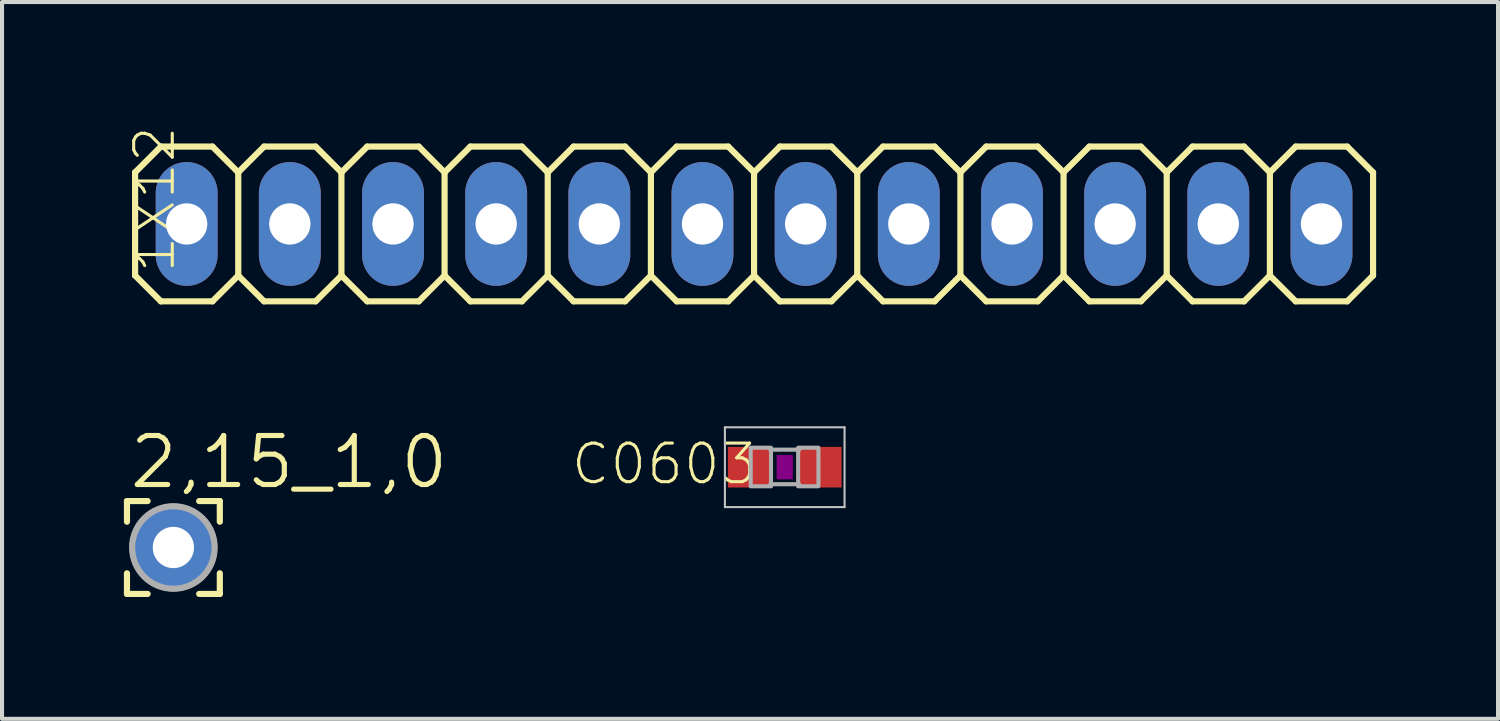
<source format=kicad_pcb>
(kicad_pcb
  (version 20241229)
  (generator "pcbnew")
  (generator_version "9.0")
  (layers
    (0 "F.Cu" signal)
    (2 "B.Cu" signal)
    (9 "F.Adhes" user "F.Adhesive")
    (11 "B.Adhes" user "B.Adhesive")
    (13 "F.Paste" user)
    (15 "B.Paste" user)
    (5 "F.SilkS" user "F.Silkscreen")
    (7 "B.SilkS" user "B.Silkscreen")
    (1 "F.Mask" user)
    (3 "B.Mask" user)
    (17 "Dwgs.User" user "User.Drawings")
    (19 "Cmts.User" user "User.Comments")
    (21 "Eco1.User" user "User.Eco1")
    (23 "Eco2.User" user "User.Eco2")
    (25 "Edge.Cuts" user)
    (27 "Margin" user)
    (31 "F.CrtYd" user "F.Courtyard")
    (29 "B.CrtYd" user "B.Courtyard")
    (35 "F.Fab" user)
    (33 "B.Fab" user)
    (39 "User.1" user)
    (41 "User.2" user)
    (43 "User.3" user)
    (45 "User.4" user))
  (footprint "C0603"
    (layer "F.Cu")
    (at 16.271 8.453)
    (property "Reference" "C0603" (at -0.635 -0.635 180) (layer "F.SilkS") (effects (font (size 0.95 0.95) (thickness 0.076)) (justify right top)))
    (attr through_hole)
    (fp_poly (pts (xy -0.2 0.3) (xy 0.2 0.3) (xy 0.2 -0.3) (xy -0.2 -0.3)) (stroke (width 0) (type solid)) (fill yes) (layer "F.Adhes"))
    (fp_line (start -1.473 -0.983) (end 1.473 -0.983) (stroke (width 0.051) (type solid)) (layer "Dwgs.User"))
    (fp_line (start -1.473 0.983) (end -1.473 -0.983) (stroke (width 0.051) (type solid)) (layer "Dwgs.User"))
    (fp_line (start 1.473 -0.983) (end 1.473 0.983) (stroke (width 0.051) (type solid)) (layer "Dwgs.User"))
    (fp_line (start 1.473 0.983) (end -1.473 0.983) (stroke (width 0.051) (type solid)) (layer "Dwgs.User"))
    (fp_line (start -0.356 -0.432) (end 0.356 -0.432) (stroke (width 0.102) (type solid)) (layer "F.Fab"))
    (fp_line (start -0.356 0.419) (end 0.356 0.419) (stroke (width 0.102) (type solid)) (layer "F.Fab"))
    (fp_poly (pts (xy -0.838 0.47) (xy -0.338 0.47) (xy -0.338 -0.48) (xy -0.838 -0.48)) (stroke (width 0.1) (type solid)) (fill no) (layer "F.Fab"))
    (fp_poly (pts (xy 0.33 0.47) (xy 0.83 0.47) (xy 0.83 -0.48) (xy 0.33 -0.48)) (stroke (width 0.1) (type solid)) (fill no) (layer "F.Fab"))
    (pad "1" smd rect (at -0.85 0) (size 1.1 1) (layers "F.Cu" "F.Mask" "F.Paste"))
    (pad "2" smd rect (at 0.85 0) (size 1.1 1) (layers "F.Cu" "F.Mask" "F.Paste")))
  (footprint "2,15_1,0"
    (layer "F.Cu")
    (at 1.219 10.43)
    (property "Reference" "2,15_1,0" (at -1.143 -1.397 0) (layer "F.SilkS") (effects (font (size 1.206 1.206) (thickness 0.127)) (justify left bottom)))
    (attr through_hole)
    (fp_line (start -1.143 -1.143) (end -1.143 -0.635) (stroke (width 0.152) (type solid)) (layer "F.SilkS"))
    (fp_line (start -1.143 0.635) (end -1.143 1.143) (stroke (width 0.152) (type solid)) (layer "F.SilkS"))
    (fp_line (start -1.143 1.143) (end -0.635 1.143) (stroke (width 0.152) (type solid)) (layer "F.SilkS"))
    (fp_line (start -0.635 -1.143) (end -1.143 -1.143) (stroke (width 0.152) (type solid)) (layer "F.SilkS"))
    (fp_line (start 1.143 -1.143) (end 0.635 -1.143) (stroke (width 0.152) (type solid)) (layer "F.SilkS"))
    (fp_line (start 1.143 -0.635) (end 1.143 -1.143) (stroke (width 0.152) (type solid)) (layer "F.SilkS"))
    (fp_line (start 1.143 1.143) (end 0.635 1.143) (stroke (width 0.152) (type solid)) (layer "F.SilkS"))
    (fp_line (start 1.143 1.143) (end 1.143 0.635) (stroke (width 0.152) (type solid)) (layer "F.SilkS"))
    (fp_circle (center 0 0) (end 1.016 0) (stroke (width 0.152) (type solid)) (fill no) (layer "F.Fab"))
    (pad "1" thru_hole circle (at 0 0) (size 2.159 2.159) (drill 1.016) (layers "*.Cu" "*.Mask")))
  (footprint "1X12"
    (layer "F.Cu")
    (at 15.516 2.464)
    (property "Reference" "1X12" (at -15.316 -2.464 90) (layer "F.SilkS") (effects (font (size 0.95 0.95) (thickness 0.076)) (justify right top)))
    (attr through_hole)
    (fp_line (start -15.24 -1.27) (end -15.24 1.27) (stroke (width 0.152) (type solid)) (layer "F.SilkS"))
    (fp_line (start -15.24 1.27) (end -14.605 1.905) (stroke (width 0.152) (type solid)) (layer "F.SilkS"))
    (fp_line (start -14.605 -1.905) (end -15.24 -1.27) (stroke (width 0.152) (type solid)) (layer "F.SilkS"))
    (fp_line (start -14.605 -1.905) (end -13.335 -1.905) (stroke (width 0.152) (type solid)) (layer "F.SilkS"))
    (fp_line (start -13.335 -1.905) (end -12.7 -1.27) (stroke (width 0.152) (type solid)) (layer "F.SilkS"))
    (fp_line (start -13.335 1.905) (end -14.605 1.905) (stroke (width 0.152) (type solid)) (layer "F.SilkS"))
    (fp_line (start -12.7 -1.27) (end -12.7 1.27) (stroke (width 0.152) (type solid)) (layer "F.SilkS"))
    (fp_line (start -12.7 -1.27) (end -12.065 -1.905) (stroke (width 0.152) (type solid)) (layer "F.SilkS"))
    (fp_line (start -12.7 1.27) (end -13.335 1.905) (stroke (width 0.152) (type solid)) (layer "F.SilkS"))
    (fp_line (start -12.065 -1.905) (end -10.795 -1.905) (stroke (width 0.152) (type solid)) (layer "F.SilkS"))
    (fp_line (start -12.065 1.905) (end -12.7 1.27) (stroke (width 0.152) (type solid)) (layer "F.SilkS"))
    (fp_line (start -10.795 -1.905) (end -10.16 -1.27) (stroke (width 0.152) (type solid)) (layer "F.SilkS"))
    (fp_line (start -10.795 1.905) (end -12.065 1.905) (stroke (width 0.152) (type solid)) (layer "F.SilkS"))
    (fp_line (start -10.16 -1.27) (end -10.16 1.27) (stroke (width 0.152) (type solid)) (layer "F.SilkS"))
    (fp_line (start -10.16 -1.27) (end -9.525 -1.905) (stroke (width 0.152) (type solid)) (layer "F.SilkS"))
    (fp_line (start -10.16 1.27) (end -10.795 1.905) (stroke (width 0.152) (type solid)) (layer "F.SilkS"))
    (fp_line (start -9.525 -1.905) (end -8.255 -1.905) (stroke (width 0.152) (type solid)) (layer "F.SilkS"))
    (fp_line (start -9.525 1.905) (end -10.16 1.27) (stroke (width 0.152) (type solid)) (layer "F.SilkS"))
    (fp_line (start -8.255 -1.905) (end -7.62 -1.27) (stroke (width 0.152) (type solid)) (layer "F.SilkS"))
    (fp_line (start -8.255 1.905) (end -9.525 1.905) (stroke (width 0.152) (type solid)) (layer "F.SilkS"))
    (fp_line (start -7.62 -1.27) (end -7.62 1.27) (stroke (width 0.152) (type solid)) (layer "F.SilkS"))
    (fp_line (start -7.62 1.27) (end -8.255 1.905) (stroke (width 0.152) (type solid)) (layer "F.SilkS"))
    (fp_line (start -7.62 1.27) (end -6.985 1.905) (stroke (width 0.152) (type solid)) (layer "F.SilkS"))
    (fp_line (start -6.985 -1.905) (end -7.62 -1.27) (stroke (width 0.152) (type solid)) (layer "F.SilkS"))
    (fp_line (start -6.985 -1.905) (end -5.715 -1.905) (stroke (width 0.152) (type solid)) (layer "F.SilkS"))
    (fp_line (start -5.715 -1.905) (end -5.08 -1.27) (stroke (width 0.152) (type solid)) (layer "F.SilkS"))
    (fp_line (start -5.715 1.905) (end -6.985 1.905) (stroke (width 0.152) (type solid)) (layer "F.SilkS"))
    (fp_line (start -5.08 -1.27) (end -5.08 1.27) (stroke (width 0.152) (type solid)) (layer "F.SilkS"))
    (fp_line (start -5.08 -1.27) (end -4.445 -1.905) (stroke (width 0.152) (type solid)) (layer "F.SilkS"))
    (fp_line (start -5.08 1.27) (end -5.715 1.905) (stroke (width 0.152) (type solid)) (layer "F.SilkS"))
    (fp_line (start -4.445 -1.905) (end -3.175 -1.905) (stroke (width 0.152) (type solid)) (layer "F.SilkS"))
    (fp_line (start -4.445 1.905) (end -5.08 1.27) (stroke (width 0.152) (type solid)) (layer "F.SilkS"))
    (fp_line (start -3.175 -1.905) (end -2.54 -1.27) (stroke (width 0.152) (type solid)) (layer "F.SilkS"))
    (fp_line (start -3.175 1.905) (end -4.445 1.905) (stroke (width 0.152) (type solid)) (layer "F.SilkS"))
    (fp_line (start -2.54 -1.27) (end -2.54 1.27) (stroke (width 0.152) (type solid)) (layer "F.SilkS"))
    (fp_line (start -2.54 -1.27) (end -1.905 -1.905) (stroke (width 0.152) (type solid)) (layer "F.SilkS"))
    (fp_line (start -2.54 1.27) (end -3.175 1.905) (stroke (width 0.152) (type solid)) (layer "F.SilkS"))
    (fp_line (start -1.905 -1.905) (end -0.635 -1.905) (stroke (width 0.152) (type solid)) (layer "F.SilkS"))
    (fp_line (start -1.905 1.905) (end -2.54 1.27) (stroke (width 0.152) (type solid)) (layer "F.SilkS"))
    (fp_line (start -0.635 -1.905) (end 0 -1.27) (stroke (width 0.152) (type solid)) (layer "F.SilkS"))
    (fp_line (start -0.635 1.905) (end -1.905 1.905) (stroke (width 0.152) (type solid)) (layer "F.SilkS"))
    (fp_line (start 0 -1.27) (end 0 1.27) (stroke (width 0.152) (type solid)) (layer "F.SilkS"))
    (fp_line (start 0 1.27) (end -0.635 1.905) (stroke (width 0.152) (type solid)) (layer "F.SilkS"))
    (fp_line (start 0 1.27) (end 0.635 1.905) (stroke (width 0.152) (type solid)) (layer "F.SilkS"))
    (fp_line (start 0.635 -1.905) (end 0 -1.27) (stroke (width 0.152) (type solid)) (layer "F.SilkS"))
    (fp_line (start 0.635 -1.905) (end 1.905 -1.905) (stroke (width 0.152) (type solid)) (layer "F.SilkS"))
    (fp_line (start 1.905 -1.905) (end 2.54 -1.27) (stroke (width 0.152) (type solid)) (layer "F.SilkS"))
    (fp_line (start 1.905 1.905) (end 0.635 1.905) (stroke (width 0.152) (type solid)) (layer "F.SilkS"))
    (fp_line (start 2.54 -1.27) (end 2.54 1.27) (stroke (width 0.152) (type solid)) (layer "F.SilkS"))
    (fp_line (start 2.54 -1.27) (end 3.175 -1.905) (stroke (width 0.152) (type solid)) (layer "F.SilkS"))
    (fp_line (start 2.54 1.27) (end 1.905 1.905) (stroke (width 0.152) (type solid)) (layer "F.SilkS"))
    (fp_line (start 3.175 -1.905) (end 4.445 -1.905) (stroke (width 0.152) (type solid)) (layer "F.SilkS"))
    (fp_line (start 3.175 1.905) (end 2.54 1.27) (stroke (width 0.152) (type solid)) (layer "F.SilkS"))
    (fp_line (start 4.445 -1.905) (end 5.08 -1.27) (stroke (width 0.152) (type solid)) (layer "F.SilkS"))
    (fp_line (start 4.445 1.905) (end 3.175 1.905) (stroke (width 0.152) (type solid)) (layer "F.SilkS"))
    (fp_line (start 5.08 -1.27) (end 5.08 1.27) (stroke (width 0.152) (type solid)) (layer "F.SilkS"))
    (fp_line (start 5.08 -1.27) (end 5.715 -1.905) (stroke (width 0.152) (type solid)) (layer "F.SilkS"))
    (fp_line (start 5.08 1.27) (end 4.445 1.905) (stroke (width 0.152) (type solid)) (layer "F.SilkS"))
    (fp_line (start 5.715 -1.905) (end 6.985 -1.905) (stroke (width 0.152) (type solid)) (layer "F.SilkS"))
    (fp_line (start 5.715 1.905) (end 5.08 1.27) (stroke (width 0.152) (type solid)) (layer "F.SilkS"))
    (fp_line (start 6.985 -1.905) (end 7.62 -1.27) (stroke (width 0.152) (type solid)) (layer "F.SilkS"))
    (fp_line (start 6.985 1.905) (end 5.715 1.905) (stroke (width 0.152) (type solid)) (layer "F.SilkS"))
    (fp_line (start 7.62 -1.27) (end 7.62 1.27) (stroke (width 0.152) (type solid)) (layer "F.SilkS"))
    (fp_line (start 7.62 1.27) (end 6.985 1.905) (stroke (width 0.152) (type solid)) (layer "F.SilkS"))
    (fp_line (start 7.62 1.27) (end 8.255 1.905) (stroke (width 0.152) (type solid)) (layer "F.SilkS"))
    (fp_line (start 8.255 -1.905) (end 7.62 -1.27) (stroke (width 0.152) (type solid)) (layer "F.SilkS"))
    (fp_line (start 8.255 -1.905) (end 9.525 -1.905) (stroke (width 0.152) (type solid)) (layer "F.SilkS"))
    (fp_line (start 9.525 -1.905) (end 10.16 -1.27) (stroke (width 0.152) (type solid)) (layer "F.SilkS"))
    (fp_line (start 9.525 1.905) (end 8.255 1.905) (stroke (width 0.152) (type solid)) (layer "F.SilkS"))
    (fp_line (start 10.16 -1.27) (end 10.16 1.27) (stroke (width 0.152) (type solid)) (layer "F.SilkS"))
    (fp_line (start 10.16 -1.27) (end 10.795 -1.905) (stroke (width 0.152) (type solid)) (layer "F.SilkS"))
    (fp_line (start 10.16 1.27) (end 9.525 1.905) (stroke (width 0.152) (type solid)) (layer "F.SilkS"))
    (fp_line (start 10.795 -1.905) (end 12.065 -1.905) (stroke (width 0.152) (type solid)) (layer "F.SilkS"))
    (fp_line (start 10.795 1.905) (end 10.16 1.27) (stroke (width 0.152) (type solid)) (layer "F.SilkS"))
    (fp_line (start 12.065 -1.905) (end 12.7 -1.27) (stroke (width 0.152) (type solid)) (layer "F.SilkS"))
    (fp_line (start 12.065 1.905) (end 10.795 1.905) (stroke (width 0.152) (type solid)) (layer "F.SilkS"))
    (fp_line (start 12.7 -1.27) (end 12.7 1.27) (stroke (width 0.152) (type solid)) (layer "F.SilkS"))
    (fp_line (start 12.7 -1.27) (end 13.335 -1.905) (stroke (width 0.152) (type solid)) (layer "F.SilkS"))
    (fp_line (start 12.7 1.27) (end 12.065 1.905) (stroke (width 0.152) (type solid)) (layer "F.SilkS"))
    (fp_line (start 13.335 -1.905) (end 14.605 -1.905) (stroke (width 0.152) (type solid)) (layer "F.SilkS"))
    (fp_line (start 13.335 1.905) (end 12.7 1.27) (stroke (width 0.152) (type solid)) (layer "F.SilkS"))
    (fp_line (start 14.605 -1.905) (end 15.24 -1.27) (stroke (width 0.152) (type solid)) (layer "F.SilkS"))
    (fp_line (start 14.605 1.905) (end 13.335 1.905) (stroke (width 0.152) (type solid)) (layer "F.SilkS"))
    (fp_line (start 15.24 -1.27) (end 15.24 1.27) (stroke (width 0.152) (type solid)) (layer "F.SilkS"))
    (fp_line (start 15.24 1.27) (end 14.605 1.905) (stroke (width 0.152) (type solid)) (layer "F.SilkS"))
    (fp_poly (pts (xy -14.224 0.254) (xy -13.716 0.254) (xy -13.716 -0.254) (xy -14.224 -0.254)) (stroke (width 0.1) (type solid)) (fill no) (layer "F.Fab"))
    (fp_poly (pts (xy -11.684 0.254) (xy -11.176 0.254) (xy -11.176 -0.254) (xy -11.684 -0.254)) (stroke (width 0.1) (type solid)) (fill no) (layer "F.Fab"))
    (fp_poly (pts (xy -9.144 0.254) (xy -8.636 0.254) (xy -8.636 -0.254) (xy -9.144 -0.254)) (stroke (width 0.1) (type solid)) (fill no) (layer "F.Fab"))
    (fp_poly (pts (xy -6.604 0.254) (xy -6.096 0.254) (xy -6.096 -0.254) (xy -6.604 -0.254)) (stroke (width 0.1) (type solid)) (fill no) (layer "F.Fab"))
    (fp_poly (pts (xy -4.064 0.254) (xy -3.556 0.254) (xy -3.556 -0.254) (xy -4.064 -0.254)) (stroke (width 0.1) (type solid)) (fill no) (layer "F.Fab"))
    (fp_poly (pts (xy -1.524 0.254) (xy -1.016 0.254) (xy -1.016 -0.254) (xy -1.524 -0.254)) (stroke (width 0.1) (type solid)) (fill no) (layer "F.Fab"))
    (fp_poly (pts (xy 1.016 0.254) (xy 1.524 0.254) (xy 1.524 -0.254) (xy 1.016 -0.254)) (stroke (width 0.1) (type solid)) (fill no) (layer "F.Fab"))
    (fp_poly (pts (xy 3.556 0.254) (xy 4.064 0.254) (xy 4.064 -0.254) (xy 3.556 -0.254)) (stroke (width 0.1) (type solid)) (fill no) (layer "F.Fab"))
    (fp_poly (pts (xy 6.096 0.254) (xy 6.604 0.254) (xy 6.604 -0.254) (xy 6.096 -0.254)) (stroke (width 0.1) (type solid)) (fill no) (layer "F.Fab"))
    (fp_poly (pts (xy 8.636 0.254) (xy 9.144 0.254) (xy 9.144 -0.254) (xy 8.636 -0.254)) (stroke (width 0.1) (type solid)) (fill no) (layer "F.Fab"))
    (fp_poly (pts (xy 11.176 0.254) (xy 11.684 0.254) (xy 11.684 -0.254) (xy 11.176 -0.254)) (stroke (width 0.1) (type solid)) (fill no) (layer "F.Fab"))
    (fp_poly (pts (xy 13.716 0.254) (xy 14.224 0.254) (xy 14.224 -0.254) (xy 13.716 -0.254)) (stroke (width 0.1) (type solid)) (fill no) (layer "F.Fab"))
    (pad "1" thru_hole oval (at -13.97 0 90) (size 3.048 1.524) (drill 1.016) (layers "*.Cu" "*.Mask"))
    (pad "2" thru_hole oval (at -11.43 0 90) (size 3.048 1.524) (drill 1.016) (layers "*.Cu" "*.Mask"))
    (pad "3" thru_hole oval (at -8.89 0 90) (size 3.048 1.524) (drill 1.016) (layers "*.Cu" "*.Mask"))
    (pad "4" thru_hole oval (at -6.35 0 90) (size 3.048 1.524) (drill 1.016) (layers "*.Cu" "*.Mask"))
    (pad "5" thru_hole oval (at -3.81 0 90) (size 3.048 1.524) (drill 1.016) (layers "*.Cu" "*.Mask"))
    (pad "6" thru_hole oval (at -1.27 0 90) (size 3.048 1.524) (drill 1.016) (layers "*.Cu" "*.Mask"))
    (pad "7" thru_hole oval (at 1.27 0 90) (size 3.048 1.524) (drill 1.016) (layers "*.Cu" "*.Mask"))
    (pad "8" thru_hole oval (at 3.81 0 90) (size 3.048 1.524) (drill 1.016) (layers "*.Cu" "*.Mask"))
    (pad "9" thru_hole oval (at 6.35 0 90) (size 3.048 1.524) (drill 1.016) (layers "*.Cu" "*.Mask"))
    (pad "10" thru_hole oval (at 8.89 0 90) (size 3.048 1.524) (drill 1.016) (layers "*.Cu" "*.Mask"))
    (pad "11" thru_hole oval (at 11.43 0 90) (size 3.048 1.524) (drill 1.016) (layers "*.Cu" "*.Mask"))
    (pad "12" thru_hole oval (at 13.97 0 90) (size 3.048 1.524) (drill 1.016) (layers "*.Cu" "*.Mask")))
  (gr_rect
    (start -3 -3)
    (end 33.833 14.649)
    (stroke (width 0.1) (type default))
    (fill no)
    (layer "Edge.Cuts")))
</source>
